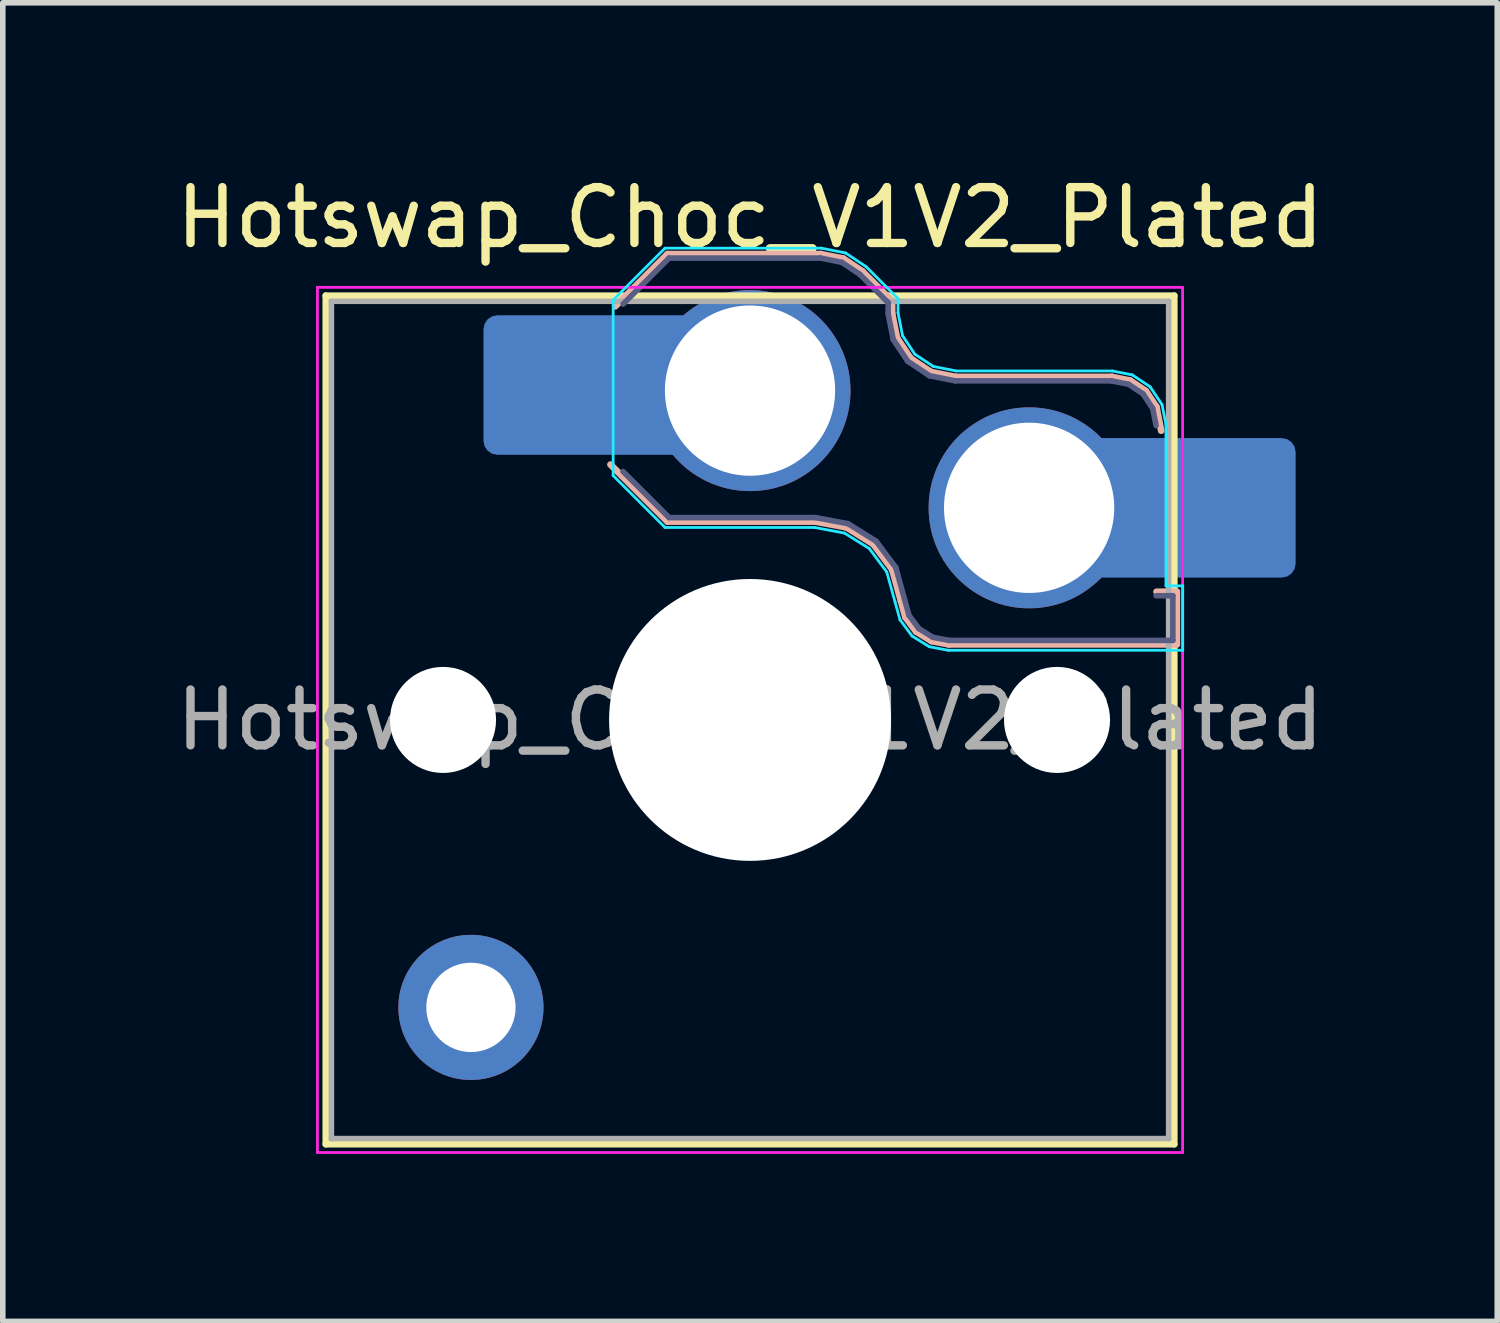
<source format=kicad_pcb>
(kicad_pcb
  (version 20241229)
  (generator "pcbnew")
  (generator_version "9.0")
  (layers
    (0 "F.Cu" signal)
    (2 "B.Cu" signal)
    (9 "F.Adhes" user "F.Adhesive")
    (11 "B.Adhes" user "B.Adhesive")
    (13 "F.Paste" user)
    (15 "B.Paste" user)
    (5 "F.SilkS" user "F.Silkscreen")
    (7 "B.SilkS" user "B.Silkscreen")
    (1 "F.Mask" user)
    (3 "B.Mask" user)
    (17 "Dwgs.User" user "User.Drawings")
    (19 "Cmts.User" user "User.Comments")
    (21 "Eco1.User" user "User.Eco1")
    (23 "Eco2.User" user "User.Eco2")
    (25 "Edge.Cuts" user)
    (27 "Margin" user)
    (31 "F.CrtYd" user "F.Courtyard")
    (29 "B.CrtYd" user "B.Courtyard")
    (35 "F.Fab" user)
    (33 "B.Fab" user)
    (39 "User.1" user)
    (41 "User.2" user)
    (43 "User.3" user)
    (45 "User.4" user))
  (footprint "Hotswap_Choc_V1V2_Plated"
    (layer "F.Cu")
    (at 10.387 9.848)
    (property "Reference" "Hotswap_Choc_V1V2_Plated" (at 0 -9 0) (layer "F.SilkS") (effects (font (size 1 1) (thickness 0.15))))
    (attr smd)
    (fp_line (start -7.6 -7.6) (end -7.6 7.6) (stroke (width 0.12) (type solid)) (layer "F.SilkS"))
    (fp_line (start -7.6 7.6) (end 7.6 7.6) (stroke (width 0.12) (type solid)) (layer "F.SilkS"))
    (fp_line (start 7.6 -7.6) (end -7.6 -7.6) (stroke (width 0.12) (type solid)) (layer "F.SilkS"))
    (fp_line (start 7.6 7.6) (end 7.6 -7.6) (stroke (width 0.12) (type solid)) (layer "F.SilkS"))
    (fp_line (start -2.416 -7.409) (end -1.479 -8.346) (stroke (width 0.12) (type solid)) (layer "B.SilkS"))
    (fp_line (start -1.479 -8.346) (end 1.268 -8.346) (stroke (width 0.12) (type solid)) (layer "B.SilkS"))
    (fp_line (start -1.479 -3.554) (end -2.5 -4.575) (stroke (width 0.12) (type solid)) (layer "B.SilkS"))
    (fp_line (start 1.168 -3.554) (end -1.479 -3.554) (stroke (width 0.12) (type solid)) (layer "B.SilkS"))
    (fp_line (start 1.268 -8.346) (end 1.671 -8.266) (stroke (width 0.12) (type solid)) (layer "B.SilkS"))
    (fp_line (start 1.671 -8.266) (end 2.013 -8.037) (stroke (width 0.12) (type solid)) (layer "B.SilkS"))
    (fp_line (start 1.73 -3.449) (end 1.168 -3.554) (stroke (width 0.12) (type solid)) (layer "B.SilkS"))
    (fp_line (start 2.013 -8.037) (end 2.546 -7.504) (stroke (width 0.12) (type solid)) (layer "B.SilkS"))
    (fp_line (start 2.209 -3.15) (end 1.73 -3.449) (stroke (width 0.12) (type solid)) (layer "B.SilkS"))
    (fp_line (start 2.546 -7.504) (end 2.546 -7.282) (stroke (width 0.12) (type solid)) (layer "B.SilkS"))
    (fp_line (start 2.546 -7.282) (end 2.633 -6.844) (stroke (width 0.12) (type solid)) (layer "B.SilkS"))
    (fp_line (start 2.547 -2.697) (end 2.209 -3.15) (stroke (width 0.12) (type solid)) (layer "B.SilkS"))
    (fp_line (start 2.633 -6.844) (end 2.877 -6.477) (stroke (width 0.12) (type solid)) (layer "B.SilkS"))
    (fp_line (start 2.701 -2.139) (end 2.547 -2.697) (stroke (width 0.12) (type solid)) (layer "B.SilkS"))
    (fp_line (start 2.783 -1.841) (end 2.701 -2.139) (stroke (width 0.12) (type solid)) (layer "B.SilkS"))
    (fp_line (start 2.877 -6.477) (end 3.244 -6.233) (stroke (width 0.12) (type solid)) (layer "B.SilkS"))
    (fp_line (start 2.976 -1.583) (end 2.783 -1.841) (stroke (width 0.12) (type solid)) (layer "B.SilkS"))
    (fp_line (start 3.244 -6.233) (end 3.682 -6.146) (stroke (width 0.12) (type solid)) (layer "B.SilkS"))
    (fp_line (start 3.25 -1.413) (end 2.976 -1.583) (stroke (width 0.12) (type solid)) (layer "B.SilkS"))
    (fp_line (start 3.56 -1.354) (end 3.25 -1.413) (stroke (width 0.12) (type solid)) (layer "B.SilkS"))
    (fp_line (start 3.682 -6.146) (end 6.482 -6.146) (stroke (width 0.12) (type solid)) (layer "B.SilkS"))
    (fp_line (start 6.482 -6.146) (end 6.809 -6.081) (stroke (width 0.12) (type solid)) (layer "B.SilkS"))
    (fp_line (start 6.809 -6.081) (end 7.092 -5.892) (stroke (width 0.12) (type solid)) (layer "B.SilkS"))
    (fp_line (start 7.092 -5.892) (end 7.281 -5.609) (stroke (width 0.12) (type solid)) (layer "B.SilkS"))
    (fp_line (start 7.281 -5.609) (end 7.366 -5.182) (stroke (width 0.12) (type solid)) (layer "B.SilkS"))
    (fp_line (start 7.283 -2.296) (end 7.646 -2.296) (stroke (width 0.12) (type solid)) (layer "B.SilkS"))
    (fp_line (start 7.646 -2.296) (end 7.646 -1.354) (stroke (width 0.12) (type solid)) (layer "B.SilkS"))
    (fp_line (start 7.646 -1.354) (end 3.56 -1.354) (stroke (width 0.12) (type solid)) (layer "B.SilkS"))
    (fp_line (start -7.25 -7.25) (end -7.25 7.25) (stroke (width 0.1) (type solid)) (layer "Eco1.User"))
    (fp_line (start -7.25 7.25) (end 7.25 7.25) (stroke (width 0.1) (type solid)) (layer "Eco1.User"))
    (fp_line (start 7.25 -7.25) (end -7.25 -7.25) (stroke (width 0.1) (type solid)) (layer "Eco1.User"))
    (fp_line (start 7.25 7.25) (end 7.25 -7.25) (stroke (width 0.1) (type solid)) (layer "Eco1.User"))
    (fp_line (start -2.452 -7.523) (end -1.523 -8.452) (stroke (width 0.05) (type solid)) (layer "B.CrtYd"))
    (fp_line (start -2.452 -4.377) (end -2.452 -7.523) (stroke (width 0.05) (type solid)) (layer "B.CrtYd"))
    (fp_line (start -1.523 -8.452) (end 1.278 -8.452) (stroke (width 0.05) (type solid)) (layer "B.CrtYd"))
    (fp_line (start -1.523 -3.448) (end -2.452 -4.377) (stroke (width 0.05) (type solid)) (layer "B.CrtYd"))
    (fp_line (start 1.159 -3.448) (end -1.523 -3.448) (stroke (width 0.05) (type solid)) (layer "B.CrtYd"))
    (fp_line (start 1.278 -8.452) (end 1.712 -8.366) (stroke (width 0.05) (type solid)) (layer "B.CrtYd"))
    (fp_line (start 1.691 -3.348) (end 1.159 -3.448) (stroke (width 0.05) (type solid)) (layer "B.CrtYd"))
    (fp_line (start 1.712 -8.366) (end 2.081 -8.119) (stroke (width 0.05) (type solid)) (layer "B.CrtYd"))
    (fp_line (start 2.081 -8.119) (end 2.652 -7.548) (stroke (width 0.05) (type solid)) (layer "B.CrtYd"))
    (fp_line (start 2.136 -3.071) (end 1.691 -3.348) (stroke (width 0.05) (type solid)) (layer "B.CrtYd"))
    (fp_line (start 2.45 -2.65) (end 2.136 -3.071) (stroke (width 0.05) (type solid)) (layer "B.CrtYd"))
    (fp_line (start 2.599 -2.111) (end 2.45 -2.65) (stroke (width 0.05) (type solid)) (layer "B.CrtYd"))
    (fp_line (start 2.652 -7.548) (end 2.652 -7.292) (stroke (width 0.05) (type solid)) (layer "B.CrtYd"))
    (fp_line (start 2.652 -7.292) (end 2.733 -6.885) (stroke (width 0.05) (type solid)) (layer "B.CrtYd"))
    (fp_line (start 2.687 -1.794) (end 2.599 -2.111) (stroke (width 0.05) (type solid)) (layer "B.CrtYd"))
    (fp_line (start 2.733 -6.885) (end 2.953 -6.553) (stroke (width 0.05) (type solid)) (layer "B.CrtYd"))
    (fp_line (start 2.903 -1.503) (end 2.687 -1.794) (stroke (width 0.05) (type solid)) (layer "B.CrtYd"))
    (fp_line (start 2.953 -6.553) (end 3.285 -6.333) (stroke (width 0.05) (type solid)) (layer "B.CrtYd"))
    (fp_line (start 3.211 -1.312) (end 2.903 -1.503) (stroke (width 0.05) (type solid)) (layer "B.CrtYd"))
    (fp_line (start 3.285 -6.333) (end 3.692 -6.252) (stroke (width 0.05) (type solid)) (layer "B.CrtYd"))
    (fp_line (start 3.55 -1.248) (end 3.211 -1.312) (stroke (width 0.05) (type solid)) (layer "B.CrtYd"))
    (fp_line (start 3.692 -6.252) (end 6.492 -6.252) (stroke (width 0.05) (type solid)) (layer "B.CrtYd"))
    (fp_line (start 6.492 -6.252) (end 6.85 -6.181) (stroke (width 0.05) (type solid)) (layer "B.CrtYd"))
    (fp_line (start 6.85 -6.181) (end 7.168 -5.968) (stroke (width 0.05) (type solid)) (layer "B.CrtYd"))
    (fp_line (start 7.168 -5.968) (end 7.381 -5.65) (stroke (width 0.05) (type solid)) (layer "B.CrtYd"))
    (fp_line (start 7.381 -5.65) (end 7.452 -5.292) (stroke (width 0.05) (type solid)) (layer "B.CrtYd"))
    (fp_line (start 7.452 -5.292) (end 7.452 -2.402) (stroke (width 0.05) (type solid)) (layer "B.CrtYd"))
    (fp_line (start 7.452 -2.402) (end 7.752 -2.402) (stroke (width 0.05) (type solid)) (layer "B.CrtYd"))
    (fp_line (start 7.752 -2.402) (end 7.752 -1.248) (stroke (width 0.05) (type solid)) (layer "B.CrtYd"))
    (fp_line (start 7.752 -1.248) (end 3.55 -1.248) (stroke (width 0.05) (type solid)) (layer "B.CrtYd"))
    (fp_line (start -7.75 -7.75) (end -7.75 7.75) (stroke (width 0.05) (type solid)) (layer "F.CrtYd"))
    (fp_line (start -7.75 7.75) (end 7.75 7.75) (stroke (width 0.05) (type solid)) (layer "F.CrtYd"))
    (fp_line (start 7.75 -7.75) (end -7.75 -7.75) (stroke (width 0.05) (type solid)) (layer "F.CrtYd"))
    (fp_line (start 7.75 7.75) (end 7.75 -7.75) (stroke (width 0.05) (type solid)) (layer "F.CrtYd"))
    (fp_line (start -2.275 -7.45) (end -1.45 -8.275) (stroke (width 0.1) (type solid)) (layer "B.Fab"))
    (fp_line (start -1.45 -8.275) (end 1.261 -8.275) (stroke (width 0.1) (type solid)) (layer "B.Fab"))
    (fp_line (start -1.45 -3.625) (end -2.275 -4.45) (stroke (width 0.1) (type solid)) (layer "B.Fab"))
    (fp_line (start 1.175 -3.625) (end -1.45 -3.625) (stroke (width 0.1) (type solid)) (layer "B.Fab"))
    (fp_line (start 1.261 -8.275) (end 1.643 -8.199) (stroke (width 0.1) (type solid)) (layer "B.Fab"))
    (fp_line (start 1.643 -8.199) (end 1.968 -7.982) (stroke (width 0.1) (type solid)) (layer "B.Fab"))
    (fp_line (start 1.756 -3.516) (end 1.175 -3.625) (stroke (width 0.1) (type solid)) (layer "B.Fab"))
    (fp_line (start 1.968 -7.982) (end 2.475 -7.475) (stroke (width 0.1) (type solid)) (layer "B.Fab"))
    (fp_line (start 2.258 -3.203) (end 1.756 -3.516) (stroke (width 0.1) (type solid)) (layer "B.Fab"))
    (fp_line (start 2.475 -7.475) (end 2.475 -7.275) (stroke (width 0.1) (type solid)) (layer "B.Fab"))
    (fp_line (start 2.475 -7.275) (end 2.566 -6.816) (stroke (width 0.1) (type solid)) (layer "B.Fab"))
    (fp_line (start 2.566 -6.816) (end 2.826 -6.426) (stroke (width 0.1) (type solid)) (layer "B.Fab"))
    (fp_line (start 2.612 -2.729) (end 2.258 -3.203) (stroke (width 0.1) (type solid)) (layer "B.Fab"))
    (fp_line (start 2.769 -2.158) (end 2.612 -2.729) (stroke (width 0.1) (type solid)) (layer "B.Fab"))
    (fp_line (start 2.826 -6.426) (end 3.216 -6.166) (stroke (width 0.1) (type solid)) (layer "B.Fab"))
    (fp_line (start 2.848 -1.873) (end 2.769 -2.158) (stroke (width 0.1) (type solid)) (layer "B.Fab"))
    (fp_line (start 3.025 -1.636) (end 2.848 -1.873) (stroke (width 0.1) (type solid)) (layer "B.Fab"))
    (fp_line (start 3.216 -6.166) (end 3.675 -6.075) (stroke (width 0.1) (type solid)) (layer "B.Fab"))
    (fp_line (start 3.276 -1.48) (end 3.025 -1.636) (stroke (width 0.1) (type solid)) (layer "B.Fab"))
    (fp_line (start 3.567 -1.425) (end 3.276 -1.48) (stroke (width 0.1) (type solid)) (layer "B.Fab"))
    (fp_line (start 3.675 -6.075) (end 6.475 -6.075) (stroke (width 0.1) (type solid)) (layer "B.Fab"))
    (fp_line (start 6.475 -6.075) (end 6.781 -6.014) (stroke (width 0.1) (type solid)) (layer "B.Fab"))
    (fp_line (start 6.781 -6.014) (end 7.041 -5.841) (stroke (width 0.1) (type solid)) (layer "B.Fab"))
    (fp_line (start 7.041 -5.841) (end 7.214 -5.581) (stroke (width 0.1) (type solid)) (layer "B.Fab"))
    (fp_line (start 7.214 -5.581) (end 7.275 -5.275) (stroke (width 0.1) (type solid)) (layer "B.Fab"))
    (fp_line (start 7.275 -2.225) (end 7.575 -2.225) (stroke (width 0.1) (type solid)) (layer "B.Fab"))
    (fp_line (start 7.575 -2.225) (end 7.575 -1.425) (stroke (width 0.1) (type solid)) (layer "B.Fab"))
    (fp_line (start 7.575 -1.425) (end 3.567 -1.425) (stroke (width 0.1) (type solid)) (layer "B.Fab"))
    (fp_line (start -7.5 -7.5) (end -7.5 7.5) (stroke (width 0.1) (type solid)) (layer "F.Fab"))
    (fp_line (start -7.5 7.5) (end 7.5 7.5) (stroke (width 0.1) (type solid)) (layer "F.Fab"))
    (fp_line (start 7.5 -7.5) (end -7.5 -7.5) (stroke (width 0.1) (type solid)) (layer "F.Fab"))
    (fp_line (start 7.5 7.5) (end 7.5 -7.5) (stroke (width 0.1) (type solid)) (layer "F.Fab"))
    (fp_text user "${REFERENCE}" (at 0 0 0) (layer "F.Fab") (effects (font (size 1 1) (thickness 0.15))))
    (pad "" np_thru_hole circle (at -5.5 0) (size 1.9 1.9) (drill 1.9) (layers "*.Cu" "*.Mask"))
    (pad "" thru_hole circle (at -5 5.15) (size 2.6 2.6) (drill 1.6) (layers "*.Cu" "*.Mask"))
    (pad "" smd roundrect (at -3.5 -6) (size 2.55 2.5) (layers "B.Mask" "B.Paste") (roundrect_rratio 0.1))
    (pad "" np_thru_hole circle (at 0 0) (size 5.05 5.05) (drill 5.05) (layers "*.Cu" "*.Mask"))
    (pad "" np_thru_hole circle (at 5.5 0) (size 1.9 1.9) (drill 1.9) (layers "*.Cu" "*.Mask"))
    (pad "" smd roundrect (at 8.5 -3.8) (size 2.55 2.5) (layers "B.Mask" "B.Paste") (roundrect_rratio 0.1))
    (pad "1" smd roundrect (at -2.85 -6) (size 3.85 2.5) (layers "B.Cu") (roundrect_rratio 0.1))
    (pad "1" thru_hole circle (at 0 -5.9) (size 3.6 3.6) (drill 3.05) (layers "*.Cu" "*.Mask"))
    (pad "2" thru_hole circle (at 5 -3.8) (size 3.6 3.6) (drill 3.05) (layers "*.Cu" "*.Mask"))
    (pad "2" smd roundrect (at 7.85 -3.8) (size 3.85 2.5) (layers "B.Cu") (roundrect_rratio 0.1)))
  (gr_rect
    (start -3 -3)
    (end 23.774 20.623)
    (stroke (width 0.1) (type default))
    (fill no)
    (layer "Edge.Cuts")))
</source>
